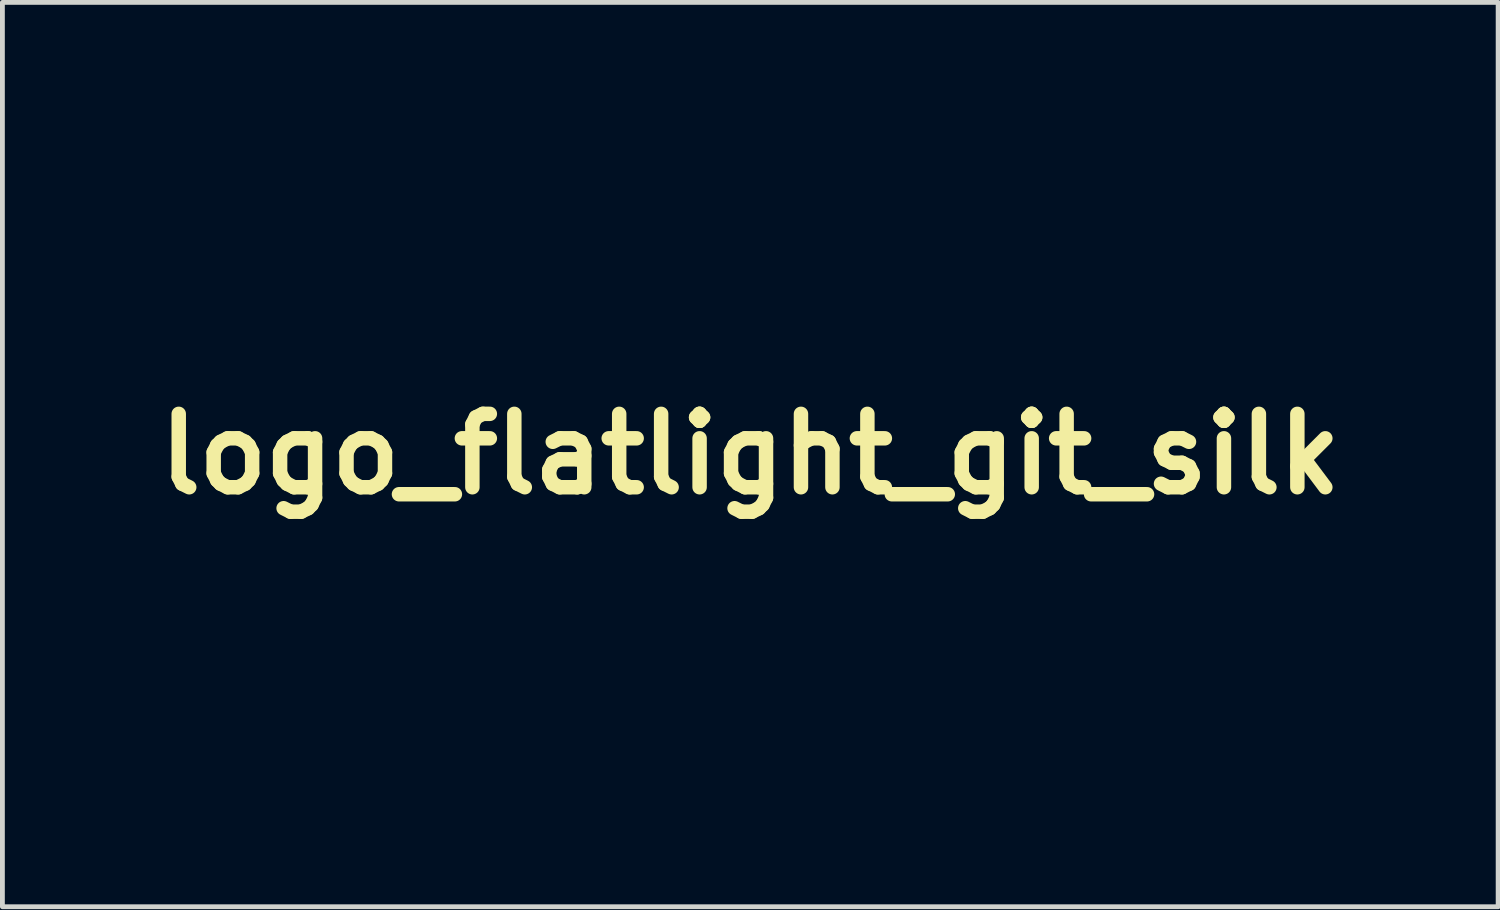
<source format=kicad_pcb>
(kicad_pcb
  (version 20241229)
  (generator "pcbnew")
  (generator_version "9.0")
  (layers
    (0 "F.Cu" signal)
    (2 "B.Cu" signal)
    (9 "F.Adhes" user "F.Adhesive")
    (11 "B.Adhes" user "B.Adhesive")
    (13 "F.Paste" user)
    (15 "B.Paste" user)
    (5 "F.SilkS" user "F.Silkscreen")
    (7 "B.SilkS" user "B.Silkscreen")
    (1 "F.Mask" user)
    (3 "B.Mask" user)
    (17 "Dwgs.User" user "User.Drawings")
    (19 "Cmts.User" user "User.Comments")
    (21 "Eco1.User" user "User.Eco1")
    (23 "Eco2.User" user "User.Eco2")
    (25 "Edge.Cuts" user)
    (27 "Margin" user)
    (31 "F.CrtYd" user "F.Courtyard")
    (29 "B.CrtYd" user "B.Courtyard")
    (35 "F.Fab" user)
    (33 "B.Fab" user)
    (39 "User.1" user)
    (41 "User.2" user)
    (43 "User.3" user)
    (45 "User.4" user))
  (footprint "logo_flatlight_git_silk"
    (layer "F.Cu")
    (at 12.526 6.376)
    (property "Reference" "logo_flatlight_git_silk" (at 0 0 0) (layer "F.SilkS") (effects (font (size 1.524 1.524) (thickness 0.3))))
    (attr through_hole)
    (fp_poly (pts (xy -5.313 -0.191) (xy -5.715 -0.191) (xy -5.715 -0.572) (xy -5.313 -0.572) (xy -5.313 -0.191)) (stroke (width 0.01) (type solid)) (fill yes) (layer "F.Mask"))
    (fp_poly (pts (xy -4.487 -0.593) (xy -4.868 -0.593) (xy -4.868 -0.995) (xy -4.487 -0.995) (xy -4.487 -0.593)) (stroke (width 0.01) (type solid)) (fill yes) (layer "F.Mask"))
    (fp_poly (pts (xy -4.064 -1.016) (xy -4.445 -1.016) (xy -4.445 -1.418) (xy -4.064 -1.418) (xy -4.064 -1.016)) (stroke (width 0.01) (type solid)) (fill yes) (layer "F.Mask"))
    (fp_poly (pts (xy -3.217 -1.863) (xy -3.619 -1.863) (xy -3.619 -2.265) (xy -3.217 -2.265) (xy -3.217 -1.863)) (stroke (width 0.01) (type solid)) (fill yes) (layer "F.Mask"))
    (fp_poly (pts (xy -3.217 -0.191) (xy -4.445 -0.191) (xy -4.445 -0.572) (xy -3.217 -0.572) (xy -3.217 -0.191)) (stroke (width 0.01) (type solid)) (fill yes) (layer "F.Mask"))
    (fp_poly (pts (xy -3.217 2.349) (xy -3.619 2.349) (xy -3.619 1.947) (xy -3.217 1.947) (xy -3.217 2.349)) (stroke (width 0.01) (type solid)) (fill yes) (layer "F.Mask"))
    (fp_poly (pts (xy -2.794 -1.439) (xy -3.196 -1.439) (xy -3.196 -1.841) (xy -2.794 -1.841) (xy -2.794 -1.439)) (stroke (width 0.01) (type solid)) (fill yes) (layer "F.Mask"))
    (fp_poly (pts (xy -2.371 -0.593) (xy -2.773 -0.593) (xy -2.773 -0.995) (xy -2.371 -0.995) (xy -2.371 -0.593)) (stroke (width 0.01) (type solid)) (fill yes) (layer "F.Mask"))
    (fp_poly (pts (xy -1.947 -1.439) (xy -2.349 -1.439) (xy -2.349 -1.841) (xy -1.947 -1.841) (xy -1.947 -1.439)) (stroke (width 0.01) (type solid)) (fill yes) (layer "F.Mask"))
    (fp_poly (pts (xy -1.947 0.233) (xy -2.349 0.233) (xy -2.349 -0.148) (xy -1.947 -0.148) (xy -1.947 0.233)) (stroke (width 0.01) (type solid)) (fill yes) (layer "F.Mask"))
    (fp_poly (pts (xy -1.947 4.445) (xy -2.349 4.445) (xy -2.349 4.064) (xy -1.947 4.064) (xy -1.947 4.445)) (stroke (width 0.01) (type solid)) (fill yes) (layer "F.Mask"))
    (fp_poly (pts (xy -1.101 -1.863) (xy -1.926 -1.863) (xy -1.926 -2.265) (xy -1.101 -2.265) (xy -1.101 -1.863)) (stroke (width 0.01) (type solid)) (fill yes) (layer "F.Mask"))
    (fp_poly (pts (xy 0.995 -1.016) (xy 0.593 -1.016) (xy 0.593 -1.418) (xy 0.995 -1.418) (xy 0.995 -1.016)) (stroke (width 0.01) (type solid)) (fill yes) (layer "F.Mask"))
    (fp_poly (pts (xy 0.995 0.233) (xy 0.593 0.233) (xy 0.593 -0.148) (xy 0.995 -0.148) (xy 0.995 0.233)) (stroke (width 0.01) (type solid)) (fill yes) (layer "F.Mask"))
    (fp_poly (pts (xy 1.841 -1.016) (xy 1.439 -1.016) (xy 1.439 -1.418) (xy 1.841 -1.418) (xy 1.841 -1.016)) (stroke (width 0.01) (type solid)) (fill yes) (layer "F.Mask"))
    (fp_poly (pts (xy 3.937 0.233) (xy 3.556 0.233) (xy 3.556 -0.148) (xy 3.937 -0.148) (xy 3.937 0.233)) (stroke (width 0.01) (type solid)) (fill yes) (layer "F.Mask"))
    (fp_poly (pts (xy 4.784 0.656) (xy 4.381 0.656) (xy 4.381 -0.148) (xy 4.784 -0.148) (xy 4.784 0.656)) (stroke (width 0.01) (type solid)) (fill yes) (layer "F.Mask"))
    (fp_poly (pts (xy -1.73 1.105) (xy -1.535 1.111) (xy -1.522 1.503) (xy -1.926 1.503) (xy -1.926 1.099) (xy -1.73 1.105)) (stroke (width 0.01) (type solid)) (fill yes) (layer "F.Mask"))
    (fp_poly (pts (xy -1.111 -3.948) (xy -1.106 -3.54) (xy -1.1 -3.133) (xy -1.503 -3.133) (xy -1.503 -3.96) (xy -1.111 -3.948)) (stroke (width 0.01) (type solid)) (fill yes) (layer "F.Mask"))
    (fp_poly (pts (xy -0.688 -1.45) (xy -0.884 -1.444) (xy -1.079 -1.438) (xy -1.079 -1.841) (xy -0.676 -1.841) (xy -0.688 -1.45)) (stroke (width 0.01) (type solid)) (fill yes) (layer "F.Mask"))
    (fp_poly (pts (xy 0.572 5.715) (xy 0.168 5.715) (xy 0.174 5.519) (xy 0.18 5.323) (xy 0.572 5.311) (xy 0.572 5.715)) (stroke (width 0.01) (type solid)) (fill yes) (layer "F.Mask"))
    (fp_poly (pts (xy 4.784 1.503) (xy 4.38 1.503) (xy 4.392 1.111) (xy 4.588 1.105) (xy 4.784 1.099) (xy 4.784 1.503)) (stroke (width 0.01) (type solid)) (fill yes) (layer "F.Mask"))
    (fp_poly (pts (xy -5.519 0.682) (xy -5.323 0.688) (xy -5.317 0.884) (xy -5.311 1.079) (xy -5.715 1.079) (xy -5.715 0.676) (xy -5.519 0.682)) (stroke (width 0.01) (type solid)) (fill yes) (layer "F.Mask"))
    (fp_poly (pts (xy -3.641 1.926) (xy -4.044 1.926) (xy -4.038 1.73) (xy -4.032 1.535) (xy -3.836 1.528) (xy -3.641 1.522) (xy -3.641 1.926)) (stroke (width 0.01) (type solid)) (fill yes) (layer "F.Mask"))
    (fp_poly (pts (xy -1.524 -0.572) (xy -0.677 -0.572) (xy -0.677 -0.191) (xy -1.926 -0.191) (xy -1.926 -0.995) (xy -1.524 -0.995) (xy -1.524 -0.572)) (stroke (width 0.01) (type solid)) (fill yes) (layer "F.Mask"))
    (fp_poly (pts (xy -0.884 -3.107) (xy -0.688 -3.101) (xy -0.682 -2.693) (xy -0.676 -2.286) (xy -1.079 -2.286) (xy -1.079 -3.113) (xy -0.884 -3.107)) (stroke (width 0.01) (type solid)) (fill yes) (layer "F.Mask"))
    (fp_poly (pts (xy 4.36 5.715) (xy 3.957 5.715) (xy 3.963 5.519) (xy 3.969 5.323) (xy 4.165 5.317) (xy 4.36 5.311) (xy 4.36 5.715)) (stroke (width 0.01) (type solid)) (fill yes) (layer "F.Mask"))
    (fp_poly (pts (xy 0.148 1.926) (xy -0.275 1.926) (xy -0.275 2.349) (xy -0.656 2.349) (xy -0.656 1.926) (xy -1.079 1.926) (xy -1.079 1.524) (xy 0.148 1.524) (xy 0.148 1.926)) (stroke (width 0.01) (type solid)) (fill yes) (layer "F.Mask"))
    (fp_poly (pts (xy 1.841 -1.863) (xy 1.418 -1.863) (xy 1.418 -1.439) (xy 1.016 -1.439) (xy 1.016 -1.863) (xy 0.593 -1.863) (xy 0.593 -2.265) (xy 1.841 -2.265) (xy 1.841 -1.863)) (stroke (width 0.01) (type solid)) (fill yes) (layer "F.Mask"))
    (fp_poly (pts (xy -2.371 1.503) (xy -3.621 1.503) (xy -3.609 1.111) (xy -3.196 1.099) (xy -3.196 0.656) (xy -3.621 0.656) (xy -3.615 0.46) (xy -3.609 0.265) (xy -2.99 0.259) (xy -2.371 0.253) (xy -2.371 1.503)) (stroke (width 0.01) (type solid)) (fill yes) (layer "F.Mask"))
    (fp_poly (pts (xy -3.641 -3.556) (xy -5.715 -3.556) (xy -5.715 -5.228) (xy -5.313 -5.228) (xy -5.313 -3.958) (xy -4.043 -3.958) (xy -4.043 -5.228) (xy -5.313 -5.228) (xy -5.715 -5.228) (xy -5.715 -5.63) (xy -3.641 -5.63) (xy -3.641 -3.556)) (stroke (width 0.01) (type solid)) (fill yes) (layer "F.Mask"))
    (fp_poly (pts (xy -3.641 5.715) (xy -5.715 5.715) (xy -5.715 4.043) (xy -5.313 4.043) (xy -5.313 5.313) (xy -4.043 5.313) (xy -4.043 4.043) (xy -5.313 4.043) (xy -5.715 4.043) (xy -5.715 3.641) (xy -3.641 3.641) (xy -3.641 5.715)) (stroke (width 0.01) (type solid)) (fill yes) (layer "F.Mask"))
    (fp_poly (pts (xy 5.63 -3.556) (xy 3.556 -3.556) (xy 3.556 -5.228) (xy 3.937 -5.228) (xy 3.937 -3.958) (xy 5.228 -3.958) (xy 5.228 -5.228) (xy 3.937 -5.228) (xy 3.556 -5.228) (xy 3.556 -5.63) (xy 5.63 -5.63) (xy 5.63 -3.556)) (stroke (width 0.01) (type solid)) (fill yes) (layer "F.Mask"))
    (fp_poly (pts (xy -3.217 -1.016) (xy -3.404 -1.016) (xy -3.489 -1.018) (xy -3.558 -1.022) (xy -3.599 -1.027) (xy -3.605 -1.03) (xy -3.612 -1.056) (xy -3.617 -1.114) (xy -3.619 -1.194) (xy -3.619 -1.231) (xy -3.619 -1.418) (xy -3.217 -1.418) (xy -3.217 -1.016)) (stroke (width 0.01) (type solid)) (fill yes) (layer "F.Mask"))
    (fp_poly (pts (xy 3.937 4.043) (xy 2.709 4.043) (xy 2.709 3.196) (xy 3.111 3.196) (xy 3.111 3.642) (xy 3.545 3.63) (xy 3.551 3.413) (xy 3.557 3.196) (xy 3.111 3.196) (xy 2.709 3.196) (xy 2.709 2.794) (xy 3.937 2.794) (xy 3.937 4.043)) (stroke (width 0.01) (type solid)) (fill yes) (layer "F.Mask"))
    (fp_poly (pts (xy 0.572 2.773) (xy 0.385 2.773) (xy 0.299 2.771) (xy 0.231 2.767) (xy 0.19 2.762) (xy 0.183 2.759) (xy 0.179 2.734) (xy 0.175 2.674) (xy 0.172 2.585) (xy 0.17 2.474) (xy 0.169 2.349) (xy 0.169 1.947) (xy 0.572 1.947) (xy 0.572 2.773)) (stroke (width 0.01) (type solid)) (fill yes) (layer "F.Mask"))
    (fp_poly (pts (xy -4.487 0.677) (xy -4.064 0.677) (xy -4.064 1.078) (xy -4.27 1.084) (xy -4.477 1.09) (xy -4.483 1.296) (xy -4.489 1.503) (xy -4.889 1.503) (xy -4.889 2.349) (xy -5.292 2.349) (xy -5.292 1.101) (xy -4.868 1.101) (xy -4.868 0.254) (xy -4.487 0.254) (xy -4.487 0.677)) (stroke (width 0.01) (type solid)) (fill yes) (layer "F.Mask"))
    (fp_poly (pts (xy 1.418 3.217) (xy 1.841 3.217) (xy 1.841 3.619) (xy 0.995 3.619) (xy 0.995 4.064) (xy 1.841 4.064) (xy 1.841 4.445) (xy 0.593 4.445) (xy 0.593 4.044) (xy 0.18 4.032) (xy 0.174 3.836) (xy 0.168 3.641) (xy 0.593 3.641) (xy 0.593 2.794) (xy 1.418 2.794) (xy 1.418 3.217)) (stroke (width 0.01) (type solid)) (fill yes) (layer "F.Mask"))
    (fp_poly (pts (xy 3.524 -2.254) (xy 3.524 -1.45) (xy 2.688 -1.438) (xy 2.688 -0.995) (xy 3.111 -0.995) (xy 3.111 -0.191) (xy 1.016 -0.191) (xy 1.016 -0.995) (xy 1.418 -0.995) (xy 1.418 -0.572) (xy 2.286 -0.572) (xy 2.286 -1.439) (xy 1.863 -1.439) (xy 1.863 -1.841) (xy 2.286 -1.841) (xy 2.286 -2.265) (xy 2.688 -2.265) (xy 2.688 -1.841) (xy 3.133 -1.841) (xy 3.133 -2.266) (xy 3.524 -2.254)) (stroke (width 0.01) (type solid)) (fill yes) (layer "F.Mask"))
    (fp_poly (pts (xy 2.905 0.259) (xy 3.524 0.265) (xy 3.536 0.677) (xy 4.36 0.677) (xy 4.36 1.078) (xy 4.154 1.084) (xy 3.948 1.09) (xy 3.936 1.947) (xy 4.36 1.947) (xy 4.36 2.349) (xy 3.556 2.349) (xy 3.556 1.926) (xy 3.113 1.926) (xy 3.101 2.339) (xy 2.693 2.345) (xy 2.286 2.35) (xy 2.286 1.101) (xy 3.134 1.101) (xy 3.128 0.884) (xy 3.122 0.667) (xy 2.704 0.661) (xy 2.286 0.655) (xy 2.286 0.253) (xy 2.905 0.259)) (stroke (width 0.01) (type solid)) (fill yes) (layer "F.Mask"))
    (fp_poly (pts (xy 0.148 0.254) (xy 0.572 0.254) (xy 0.572 0.677) (xy 1.014 0.677) (xy 1.027 0.265) (xy 1.222 0.258) (xy 1.418 0.252) (xy 1.418 1.524) (xy 1.841 1.524) (xy 1.841 2.371) (xy 2.265 2.371) (xy 2.265 3.196) (xy 1.863 3.196) (xy 1.863 2.773) (xy 1.439 2.773) (xy 1.439 2.349) (xy 1.016 2.349) (xy 1.016 1.503) (xy 0.593 1.503) (xy 0.593 1.079) (xy 0.169 1.079) (xy 0.169 0.655) (xy -0.048 0.661) (xy -0.265 0.667) (xy -0.277 1.079) (xy -1.503 1.079) (xy -1.503 0.677) (xy -1.079 0.677) (xy -1.079 0.254) (xy -0.254 0.254) (xy -0.254 -0.148) (xy 0.148 -0.148) (xy 0.148 0.254)) (stroke (width 0.01) (type solid)) (fill yes) (layer "F.Mask"))
    (fp_poly (pts (xy 6.413 6.392) (xy -6.413 6.392) (xy -6.413 3.196) (xy -6.16 3.196) (xy -6.16 6.16) (xy -3.196 6.16) (xy -3.196 3.196) (xy -6.16 3.196) (xy -6.413 3.196) (xy -6.413 -2.709) (xy -6.16 -2.709) (xy -6.16 2.794) (xy -4.868 2.794) (xy -4.868 2.371) (xy -4.487 2.371) (xy -4.487 2.794) (xy -4.043 2.794) (xy -4.043 2.371) (xy -3.641 2.371) (xy -3.641 2.794) (xy -3.196 2.794) (xy -3.196 2.371) (xy -2.773 2.371) (xy -2.773 1.947) (xy -2.349 1.947) (xy -2.349 1.524) (xy -1.947 1.524) (xy -1.947 2.349) (xy -2.371 2.349) (xy -2.371 2.773) (xy -2.794 2.773) (xy -2.794 3.217) (xy -2.37 3.217) (xy -2.376 3.625) (xy -2.381 4.032) (xy -2.794 4.044) (xy -2.794 4.889) (xy -2.371 4.889) (xy -2.371 5.292) (xy -2.794 5.292) (xy -2.794 6.16) (xy -1.926 6.16) (xy -1.926 5.715) (xy -2.349 5.715) (xy -2.349 5.313) (xy -1.926 5.313) (xy -1.926 4.889) (xy -1.503 4.889) (xy -1.503 3.196) (xy -1.101 3.196) (xy -1.101 3.642) (xy -0.884 3.636) (xy -0.667 3.63) (xy -0.661 3.413) (xy -0.655 3.196) (xy -1.101 3.196) (xy -1.503 3.196) (xy -2.349 3.196) (xy -2.349 2.794) (xy -1.503 2.794) (xy -1.503 1.947) (xy -1.101 1.947) (xy -1.101 2.794) (xy -0.275 2.794) (xy -0.275 4.043) (xy -0.677 4.043) (xy -0.677 4.445) (xy -1.101 4.445) (xy -1.101 4.889) (xy -0.656 4.889) (xy -0.656 4.487) (xy 0.148 4.487) (xy 0.148 4.867) (xy -0.265 4.879) (xy -0.277 5.292) (xy -1.101 5.292) (xy -1.101 5.715) (xy -1.524 5.715) (xy -1.524 6.16) (xy -0.656 6.16) (xy -0.656 5.736) (xy 0.148 5.736) (xy 0.148 6.16) (xy 0.593 6.16) (xy 0.593 5.736) (xy 1.016 5.736) (xy 1.016 5.292) (xy 1.418 5.292) (xy 1.418 5.736) (xy 1.841 5.736) (xy 1.841 6.16) (xy 2.709 6.16) (xy 2.709 5.715) (xy 1.863 5.715) (xy 1.863 5.292) (xy 1.418 5.292) (xy 1.016 5.292) (xy 0.591 5.292) (xy 0.597 5.096) (xy 0.603 4.9) (xy 1.863 4.889) (xy 1.863 4.487) (xy 2.688 4.487) (xy 2.688 4.868) (xy 2.265 4.868) (xy 2.265 5.312) (xy 2.683 5.318) (xy 3.101 5.323) (xy 3.107 5.741) (xy 3.112 6.16) (xy 3.556 6.16) (xy 3.556 5.736) (xy 3.937 5.736) (xy 3.937 6.16) (xy 4.38 6.16) (xy 4.392 5.747) (xy 4.81 5.741) (xy 5.228 5.735) (xy 5.228 5.313) (xy 5.63 5.313) (xy 5.63 5.736) (xy 6.075 5.736) (xy 6.075 3.619) (xy 5.63 3.619) (xy 5.63 4.868) (xy 4.784 4.868) (xy 4.784 5.292) (xy 4.381 5.292) (xy 4.381 4.868) (xy 3.535 4.868) (xy 3.535 5.292) (xy 3.133 5.292) (xy 3.133 4.487) (xy 4.805 4.487) (xy 4.805 4.044) (xy 4.392 4.032) (xy 4.386 3.836) (xy 4.38 3.641) (xy 4.805 3.641) (xy 4.805 2.794) (xy 5.652 2.794) (xy 5.652 2.349) (xy 5.228 2.349) (xy 5.228 1.926) (xy 4.805 1.926) (xy 4.805 1.524) (xy 5.63 1.524) (xy 5.63 1.947) (xy 6.075 1.947) (xy 6.075 1.503) (xy 5.652 1.503) (xy 5.652 1.079) (xy 4.803 1.079) (xy 4.809 0.884) (xy 4.815 0.688) (xy 5.228 0.676) (xy 5.228 -0.148) (xy 5.63 -0.148) (xy 5.63 0.677) (xy 6.075 0.677) (xy 6.075 -1.439) (xy 5.63 -1.439) (xy 5.63 -0.592) (xy 4.8 -0.598) (xy 3.969 -0.603) (xy 3.957 -1.418) (xy 4.36 -1.418) (xy 4.36 -0.995) (xy 4.805 -0.995) (xy 4.805 -1.418) (xy 5.228 -1.418) (xy 5.228 -1.841) (xy 5.652 -1.841) (xy 5.652 -2.265) (xy 6.075 -2.265) (xy 6.075 -2.709) (xy 5.63 -2.709) (xy 5.63 -2.286) (xy 4.784 -2.286) (xy 4.784 -1.438) (xy 4.588 -1.444) (xy 4.392 -1.45) (xy 4.381 -2.286) (xy 3.556 -2.286) (xy 3.556 -2.709) (xy 3.111 -2.709) (xy 3.111 -2.286) (xy 2.709 -2.286) (xy 2.709 -3.556) (xy 2.265 -3.556) (xy 2.265 -3.133) (xy 1.863 -3.133) (xy 1.863 -3.958) (xy 2.286 -3.958) (xy 2.286 -4.36) (xy 2.709 -4.36) (xy 2.709 -5.228) (xy 2.286 -5.228) (xy 2.286 -5.652) (xy 1.863 -5.652) (xy 1.863 -6.075) (xy 3.111 -6.075) (xy 3.111 -3.111) (xy 6.075 -3.111) (xy 6.075 -6.075) (xy 3.111 -6.075) (xy 1.863 -6.075) (xy -0.275 -6.075) (xy -0.275 -5.63) (xy 0.995 -5.63) (xy 0.995 -5.207) (xy 1.841 -5.207) (xy 1.841 -4.784) (xy 2.266 -4.784) (xy 2.26 -4.588) (xy 2.254 -4.392) (xy 1.841 -4.38) (xy 1.841 -3.979) (xy 1.439 -3.979) (xy 1.439 -4.805) (xy 0.995 -4.805) (xy 0.995 -4.381) (xy 0.572 -4.381) (xy 0.572 -3.111) (xy 1.015 -3.111) (xy 1.021 -3.53) (xy 1.027 -3.948) (xy 1.408 -3.948) (xy 1.413 -3.53) (xy 1.419 -3.111) (xy 1.841 -3.111) (xy 1.841 -2.709) (xy 0.572 -2.709) (xy 0.572 -2.286) (xy 0.148 -2.286) (xy 0.148 -0.591) (xy -0.048 -0.597) (xy -0.243 -0.603) (xy -0.243 -3.101) (xy -0.037 -3.107) (xy 0.169 -3.113) (xy 0.169 -3.557) (xy -0.048 -3.551) (xy -0.265 -3.545) (xy -0.277 -3.133) (xy -0.655 -3.133) (xy -0.667 -3.958) (xy -0.277 -3.958) (xy 0.169 -3.958) (xy 0.169 -4.404) (xy -0.048 -4.398) (xy -0.265 -4.392) (xy -0.271 -4.175) (xy -0.277 -3.958) (xy -0.667 -3.958) (xy -0.667 -3.969) (xy -1.079 -3.981) (xy -1.079 -4.359) (xy -0.667 -4.371) (xy -0.661 -4.8) (xy -0.655 -5.228) (xy 0.148 -5.228) (xy 0.148 -4.784) (xy 0.593 -4.784) (xy 0.593 -5.228) (xy 0.148 -5.228) (xy -0.655 -5.228) (xy -0.655 -5.228) (xy -0.878 -5.228) (xy -1.1 -5.228) (xy -1.106 -4.81) (xy -1.111 -4.392) (xy -1.524 -4.38) (xy -1.524 -3.979) (xy -1.926 -3.979) (xy -1.926 -4.381) (xy -2.371 -4.381) (xy -2.371 -3.96) (xy -1.958 -3.948) (xy -1.952 -3.328) (xy -1.947 -2.709) (xy -2.349 -2.709) (xy -2.349 -3.556) (xy -2.794 -3.556) (xy -2.794 -2.688) (xy -2.371 -2.688) (xy -2.371 -1.863) (xy -2.773 -1.863) (xy -2.773 -2.286) (xy -3.196 -2.286) (xy -3.196 -2.709) (xy -3.641 -2.709) (xy -3.641 -2.286) (xy -4.043 -2.286) (xy -4.043 -2.709) (xy -4.889 -2.709) (xy -4.889 -2.265) (xy -4.064 -2.265) (xy -4.064 -1.863) (xy -4.889 -1.863) (xy -4.894 -1.445) (xy -4.9 -1.027) (xy -5.096 -1.02) (xy -5.292 -1.014) (xy -5.292 -2.709) (xy -6.16 -2.709) (xy -6.413 -2.709) (xy -6.413 -6.075) (xy -6.16 -6.075) (xy -6.16 -3.111) (xy -3.196 -3.111) (xy -3.196 -6.075) (xy -2.794 -6.075) (xy -2.794 -5.63) (xy -2.371 -5.63) (xy -2.371 -5.207) (xy -1.947 -5.207) (xy -1.947 -4.784) (xy -1.503 -4.784) (xy -1.503 -5.63) (xy -0.656 -5.63) (xy -0.656 -6.075) (xy -1.524 -6.075) (xy -1.524 -5.652) (xy -2.349 -5.652) (xy -2.349 -6.075) (xy -2.794 -6.075) (xy -3.196 -6.075) (xy -6.16 -6.075) (xy -6.413 -6.075) (xy -6.413 -6.371) (xy 6.413 -6.371) (xy 6.413 6.392)) (stroke (width 0.01) (type solid)) (fill yes) (layer "F.Mask")))
  (gr_rect
    (start -3 -3)
    (end 28.052 15.774)
    (stroke (width 0.1) (type default))
    (fill no)
    (layer "Edge.Cuts")))
</source>
